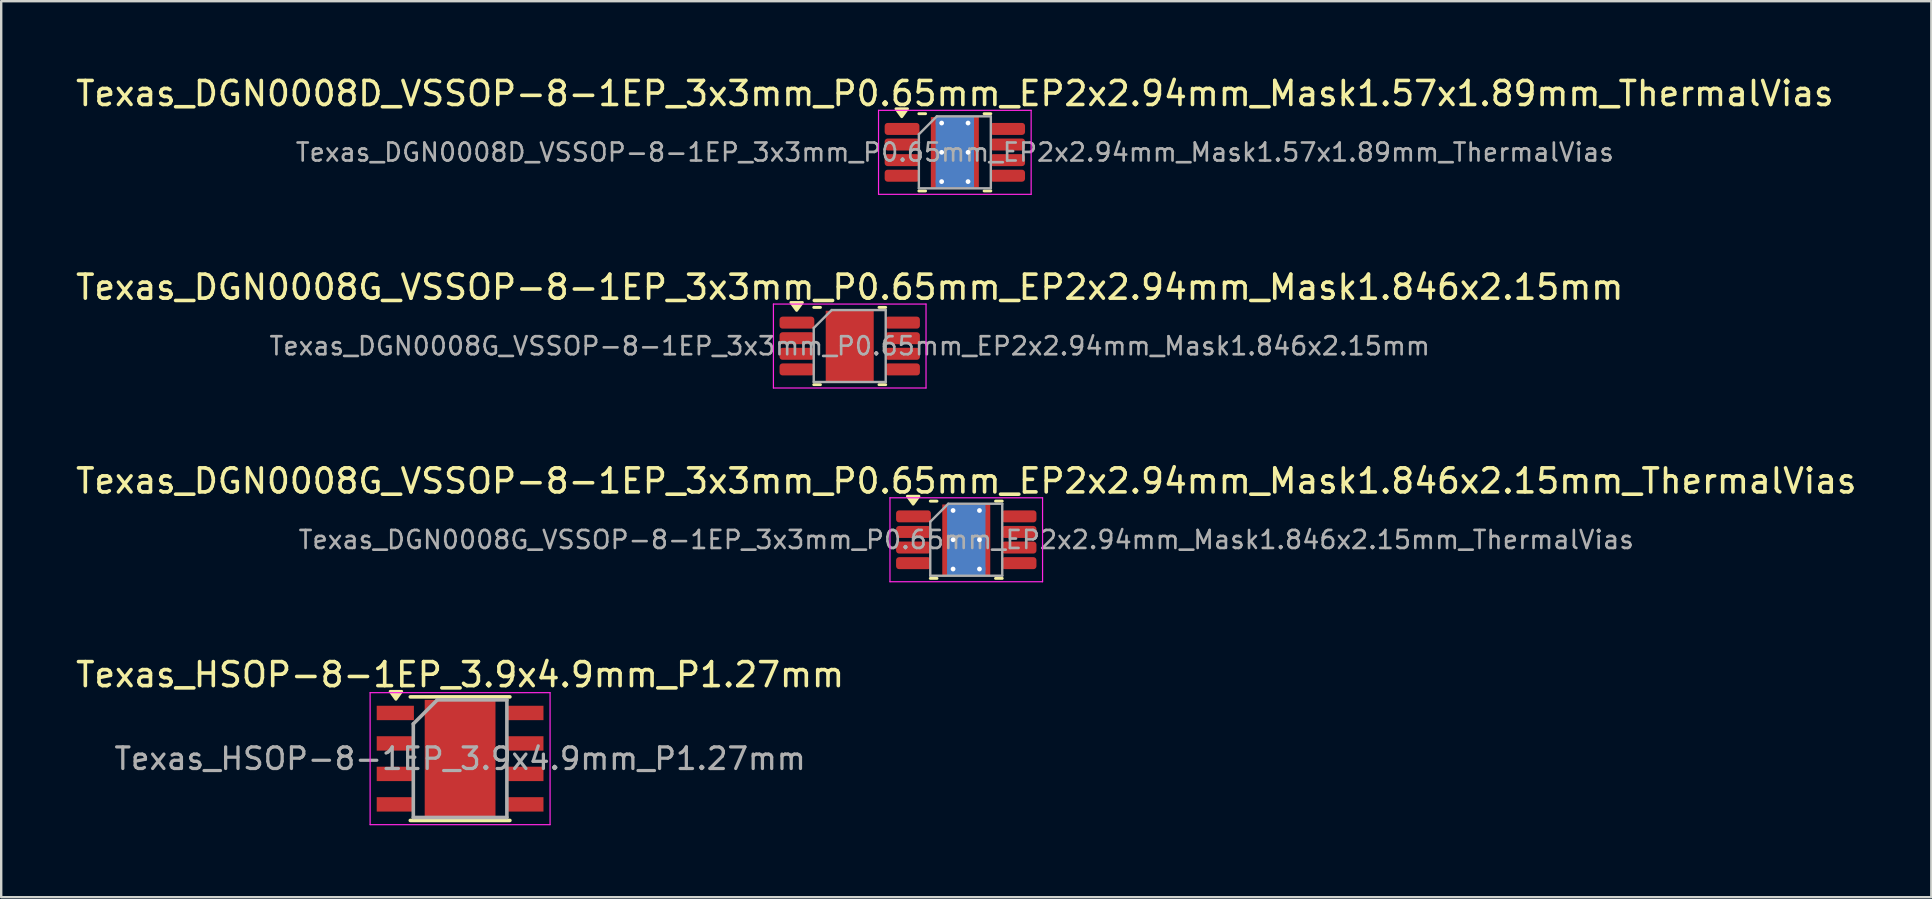
<source format=kicad_pcb>
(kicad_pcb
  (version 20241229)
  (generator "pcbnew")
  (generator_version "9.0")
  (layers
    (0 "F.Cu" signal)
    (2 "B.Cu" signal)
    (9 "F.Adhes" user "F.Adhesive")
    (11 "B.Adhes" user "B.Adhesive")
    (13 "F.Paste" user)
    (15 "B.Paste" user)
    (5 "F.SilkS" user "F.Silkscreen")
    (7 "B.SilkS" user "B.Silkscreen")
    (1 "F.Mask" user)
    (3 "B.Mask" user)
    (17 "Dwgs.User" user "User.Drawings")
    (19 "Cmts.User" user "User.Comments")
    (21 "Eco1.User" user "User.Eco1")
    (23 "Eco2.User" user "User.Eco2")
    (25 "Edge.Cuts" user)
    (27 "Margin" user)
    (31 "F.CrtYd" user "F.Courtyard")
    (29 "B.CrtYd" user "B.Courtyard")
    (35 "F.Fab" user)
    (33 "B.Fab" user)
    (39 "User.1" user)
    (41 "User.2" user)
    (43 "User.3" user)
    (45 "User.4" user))
  (footprint "Texas_DGN0008G_VSSOP-8-1EP_3x3mm_P0.65mm_EP2x2.94mm_Mask1.846x2.15mm"
    (layer "F.Cu")
    (at 32.363 11.371)
    (property "Reference" "Texas_DGN0008G_VSSOP-8-1EP_3x3mm_P0.65mm_EP2x2.94mm_Mask1.846x2.15mm" (at 0 -2.45 0) (layer "F.SilkS") (effects (font (size 1 1) (thickness 0.15))))
    (attr smd)
    (fp_line (start -1.219 -1.61) (end -1.5 -1.61) (stroke (width 0.12) (type solid)) (layer "F.SilkS"))
    (fp_line (start -1.219 1.61) (end -1.5 1.61) (stroke (width 0.12) (type solid)) (layer "F.SilkS"))
    (fp_line (start 1.219 -1.61) (end 1.5 -1.61) (stroke (width 0.12) (type solid)) (layer "F.SilkS"))
    (fp_line (start 1.219 1.61) (end 1.5 1.61) (stroke (width 0.12) (type solid)) (layer "F.SilkS"))
    (fp_poly (pts (xy -2.212 -1.485) (xy -2.453 -1.815) (xy -1.972 -1.815) (xy -2.212 -1.485)) (stroke (width 0.12) (type solid)) (fill yes) (layer "F.SilkS"))
    (fp_line (start -3.18 -1.75) (end -3.18 1.75) (stroke (width 0.05) (type solid)) (layer "F.CrtYd"))
    (fp_line (start -3.18 1.75) (end 3.18 1.75) (stroke (width 0.05) (type solid)) (layer "F.CrtYd"))
    (fp_line (start 3.18 -1.75) (end -3.18 -1.75) (stroke (width 0.05) (type solid)) (layer "F.CrtYd"))
    (fp_line (start 3.18 1.75) (end 3.18 -1.75) (stroke (width 0.05) (type solid)) (layer "F.CrtYd"))
    (fp_line (start -1.5 -0.75) (end -0.75 -1.5) (stroke (width 0.1) (type solid)) (layer "F.Fab"))
    (fp_line (start -1.5 1.5) (end -1.5 -0.75) (stroke (width 0.1) (type solid)) (layer "F.Fab"))
    (fp_line (start -0.75 -1.5) (end 1.5 -1.5) (stroke (width 0.1) (type solid)) (layer "F.Fab"))
    (fp_line (start 1.5 -1.5) (end 1.5 1.5) (stroke (width 0.1) (type solid)) (layer "F.Fab"))
    (fp_line (start 1.5 1.5) (end -1.5 1.5) (stroke (width 0.1) (type solid)) (layer "F.Fab"))
    (fp_text user "${REFERENCE}" (at 0 0 0) (layer "F.Fab") (effects (font (size 0.75 0.75) (thickness 0.11))))
    (pad "" smd roundrect (at 0 0) (size 1.49 1.73) (layers "F.Paste") (roundrect_rratio 0.168))
    (pad "" smd rect (at 0 0) (size 1.846 2.15) (layers "F.Mask"))
    (pad "1" smd roundrect (at -2.2 -0.975) (size 1.45 0.5) (layers "F.Cu" "F.Mask" "F.Paste") (roundrect_rratio 0.25))
    (pad "2" smd roundrect (at -2.2 -0.325) (size 1.45 0.5) (layers "F.Cu" "F.Mask" "F.Paste") (roundrect_rratio 0.25))
    (pad "3" smd roundrect (at -2.2 0.325) (size 1.45 0.5) (layers "F.Cu" "F.Mask" "F.Paste") (roundrect_rratio 0.25))
    (pad "4" smd roundrect (at -2.2 0.975) (size 1.45 0.5) (layers "F.Cu" "F.Mask" "F.Paste") (roundrect_rratio 0.25))
    (pad "5" smd roundrect (at 2.2 0.975) (size 1.45 0.5) (layers "F.Cu" "F.Mask" "F.Paste") (roundrect_rratio 0.25))
    (pad "6" smd roundrect (at 2.2 0.325) (size 1.45 0.5) (layers "F.Cu" "F.Mask" "F.Paste") (roundrect_rratio 0.25))
    (pad "7" smd roundrect (at 2.2 -0.325) (size 1.45 0.5) (layers "F.Cu" "F.Mask" "F.Paste") (roundrect_rratio 0.25))
    (pad "8" smd roundrect (at 2.2 -0.975) (size 1.45 0.5) (layers "F.Cu" "F.Mask" "F.Paste") (roundrect_rratio 0.25))
    (pad "9" smd rect (at 0 0) (size 2 2.94) (property pad_prop_heatsink) (layers "F.Cu")))
  (footprint "Texas_HSOP-8-1EP_3.9x4.9mm_P1.27mm"
    (layer "F.Cu")
    (at 16.125 28.568)
    (property "Reference" "Texas_HSOP-8-1EP_3.9x4.9mm_P1.27mm" (at 0 -3.5 0) (layer "F.SilkS") (effects (font (size 1 1) (thickness 0.15))))
    (attr smd)
    (fp_line (start -2.075 -2.575) (end 2.075 -2.575) (stroke (width 0.15) (type solid)) (layer "F.SilkS"))
    (fp_line (start -2.075 2.575) (end 2.075 2.575) (stroke (width 0.15) (type solid)) (layer "F.SilkS"))
    (fp_poly (pts (xy -2.675 -2.475) (xy -2.915 -2.805) (xy -2.435 -2.805) (xy -2.675 -2.475)) (stroke (width 0.12) (type solid)) (fill yes) (layer "F.SilkS"))
    (fp_line (start -3.75 -2.75) (end -3.75 2.75) (stroke (width 0.05) (type solid)) (layer "F.CrtYd"))
    (fp_line (start -3.75 -2.75) (end 3.75 -2.75) (stroke (width 0.05) (type solid)) (layer "F.CrtYd"))
    (fp_line (start -3.75 2.75) (end 3.75 2.75) (stroke (width 0.05) (type solid)) (layer "F.CrtYd"))
    (fp_line (start 3.75 -2.75) (end 3.75 2.75) (stroke (width 0.05) (type solid)) (layer "F.CrtYd"))
    (fp_line (start -1.95 -1.45) (end -0.95 -2.45) (stroke (width 0.15) (type solid)) (layer "F.Fab"))
    (fp_line (start -1.95 2.45) (end -1.95 -1.45) (stroke (width 0.15) (type solid)) (layer "F.Fab"))
    (fp_line (start -0.95 -2.45) (end 1.95 -2.45) (stroke (width 0.15) (type solid)) (layer "F.Fab"))
    (fp_line (start 1.95 -2.45) (end 1.95 2.45) (stroke (width 0.15) (type solid)) (layer "F.Fab"))
    (fp_line (start 1.95 2.45) (end -1.95 2.45) (stroke (width 0.15) (type solid)) (layer "F.Fab"))
    (fp_text user "${REFERENCE}" (at 0 0 0) (layer "F.Fab") (effects (font (size 0.9 0.9) (thickness 0.135))))
    (pad "" smd rect (at 0 0) (size 2.6 3.1) (layers "F.Mask"))
    (pad "" smd rect (at 0 0) (size 2.6 3.1) (layers "F.Paste"))
    (pad "1" smd rect (at -2.7 -1.905) (size 1.55 0.6) (layers "F.Cu" "F.Mask" "F.Paste"))
    (pad "2" smd rect (at -2.7 -0.635) (size 1.55 0.6) (layers "F.Cu" "F.Mask" "F.Paste"))
    (pad "3" smd rect (at -2.7 0.635) (size 1.55 0.6) (layers "F.Cu" "F.Mask" "F.Paste"))
    (pad "4" smd rect (at -2.7 1.905) (size 1.55 0.6) (layers "F.Cu" "F.Mask" "F.Paste"))
    (pad "5" smd rect (at 2.7 1.905) (size 1.55 0.6) (layers "F.Cu" "F.Mask" "F.Paste"))
    (pad "6" smd rect (at 2.7 0.635) (size 1.55 0.6) (layers "F.Cu" "F.Mask" "F.Paste"))
    (pad "7" smd rect (at 2.7 -0.635) (size 1.55 0.6) (layers "F.Cu" "F.Mask" "F.Paste"))
    (pad "8" smd rect (at 2.7 -1.905) (size 1.55 0.6) (layers "F.Cu" "F.Mask" "F.Paste"))
    (pad "9" smd rect (at 0 0) (size 2.95 4.9) (layers "F.Cu")))
  (footprint "Texas_DGN0008D_VSSOP-8-1EP_3x3mm_P0.65mm_EP2x2.94mm_Mask1.57x1.89mm_ThermalVias"
    (layer "F.Cu")
    (at 36.744 3.298)
    (property "Reference" "Texas_DGN0008D_VSSOP-8-1EP_3x3mm_P0.65mm_EP2x2.94mm_Mask1.57x1.89mm_ThermalVias" (at 0 -2.45 0) (layer "F.SilkS") (effects (font (size 1 1) (thickness 0.15))))
    (attr smd)
    (fp_line (start -1.219 -1.61) (end -1.5 -1.61) (stroke (width 0.12) (type solid)) (layer "F.SilkS"))
    (fp_line (start -1.219 1.61) (end -1.5 1.61) (stroke (width 0.12) (type solid)) (layer "F.SilkS"))
    (fp_line (start 1.219 -1.61) (end 1.5 -1.61) (stroke (width 0.12) (type solid)) (layer "F.SilkS"))
    (fp_line (start 1.219 1.61) (end 1.5 1.61) (stroke (width 0.12) (type solid)) (layer "F.SilkS"))
    (fp_poly (pts (xy -2.212 -1.485) (xy -2.453 -1.815) (xy -1.972 -1.815) (xy -2.212 -1.485)) (stroke (width 0.12) (type solid)) (fill yes) (layer "F.SilkS"))
    (fp_line (start -3.18 -1.75) (end -3.18 1.75) (stroke (width 0.05) (type solid)) (layer "F.CrtYd"))
    (fp_line (start -3.18 1.75) (end 3.18 1.75) (stroke (width 0.05) (type solid)) (layer "F.CrtYd"))
    (fp_line (start 3.18 -1.75) (end -3.18 -1.75) (stroke (width 0.05) (type solid)) (layer "F.CrtYd"))
    (fp_line (start 3.18 1.75) (end 3.18 -1.75) (stroke (width 0.05) (type solid)) (layer "F.CrtYd"))
    (fp_line (start -1.5 -0.75) (end -0.75 -1.5) (stroke (width 0.1) (type solid)) (layer "F.Fab"))
    (fp_line (start -1.5 1.5) (end -1.5 -0.75) (stroke (width 0.1) (type solid)) (layer "F.Fab"))
    (fp_line (start -0.75 -1.5) (end 1.5 -1.5) (stroke (width 0.1) (type solid)) (layer "F.Fab"))
    (fp_line (start 1.5 -1.5) (end 1.5 1.5) (stroke (width 0.1) (type solid)) (layer "F.Fab"))
    (fp_line (start 1.5 1.5) (end -1.5 1.5) (stroke (width 0.1) (type solid)) (layer "F.Fab"))
    (fp_text user "${REFERENCE}" (at 0 0 0) (layer "F.Fab") (effects (font (size 0.75 0.75) (thickness 0.11))))
    (pad "" smd custom (at 0 -0.472) (size 0.715 0.715) (layers "F.Paste") (options (anchor circle)) (primitives (gr_poly (pts (xy -0.373 -0.306) (xy 0.373 -0.306) (xy 0.373 0.221) (xy 0.288 0.306) (xy -0.288 0.306) (xy -0.373 0.221)) (width 0.206) (fill yes))))
    (pad "" smd rect (at 0 0) (size 1.57 1.89) (layers "F.Mask"))
    (pad "" smd custom (at 0 0.472) (size 0.715 0.715) (layers "F.Paste") (options (anchor circle)) (primitives (gr_poly (pts (xy -0.373 -0.221) (xy -0.288 -0.306) (xy 0.288 -0.306) (xy 0.373 -0.221) (xy 0.373 0.306) (xy -0.373 0.306)) (width 0.206) (fill yes))))
    (pad "1" smd roundrect (at -2.2 -0.975) (size 1.45 0.5) (layers "F.Cu" "F.Mask" "F.Paste") (roundrect_rratio 0.25))
    (pad "2" smd roundrect (at -2.2 -0.325) (size 1.45 0.5) (layers "F.Cu" "F.Mask" "F.Paste") (roundrect_rratio 0.25))
    (pad "3" smd roundrect (at -2.2 0.325) (size 1.45 0.5) (layers "F.Cu" "F.Mask" "F.Paste") (roundrect_rratio 0.25))
    (pad "4" smd roundrect (at -2.2 0.975) (size 1.45 0.5) (layers "F.Cu" "F.Mask" "F.Paste") (roundrect_rratio 0.25))
    (pad "5" smd roundrect (at 2.2 0.975) (size 1.45 0.5) (layers "F.Cu" "F.Mask" "F.Paste") (roundrect_rratio 0.25))
    (pad "6" smd roundrect (at 2.2 0.325) (size 1.45 0.5) (layers "F.Cu" "F.Mask" "F.Paste") (roundrect_rratio 0.25))
    (pad "7" smd roundrect (at 2.2 -0.325) (size 1.45 0.5) (layers "F.Cu" "F.Mask" "F.Paste") (roundrect_rratio 0.25))
    (pad "8" smd roundrect (at 2.2 -0.975) (size 1.45 0.5) (layers "F.Cu" "F.Mask" "F.Paste") (roundrect_rratio 0.25))
    (pad "9" thru_hole circle (at -0.55 -1.22) (size 0.5 0.5) (drill 0.2) (property pad_prop_heatsink) (layers "*.Cu"))
    (pad "9" thru_hole circle (at -0.55 0) (size 0.5 0.5) (drill 0.2) (property pad_prop_heatsink) (layers "*.Cu"))
    (pad "9" thru_hole circle (at -0.55 1.22) (size 0.5 0.5) (drill 0.2) (property pad_prop_heatsink) (layers "*.Cu"))
    (pad "9" smd rect (at 0 0) (size 1.6 2.94) (property pad_prop_heatsink) (layers "B.Cu"))
    (pad "9" smd rect (at 0 0) (size 2 2.94) (property pad_prop_heatsink) (layers "F.Cu"))
    (pad "9" thru_hole circle (at 0.55 -1.22) (size 0.5 0.5) (drill 0.2) (property pad_prop_heatsink) (layers "*.Cu"))
    (pad "9" thru_hole circle (at 0.55 0) (size 0.5 0.5) (drill 0.2) (property pad_prop_heatsink) (layers "*.Cu"))
    (pad "9" thru_hole circle (at 0.55 1.22) (size 0.5 0.5) (drill 0.2) (property pad_prop_heatsink) (layers "*.Cu")))
  (footprint "Texas_DGN0008G_VSSOP-8-1EP_3x3mm_P0.65mm_EP2x2.94mm_Mask1.846x2.15mm_ThermalVias"
    (layer "F.Cu")
    (at 37.22 19.445)
    (property "Reference" "Texas_DGN0008G_VSSOP-8-1EP_3x3mm_P0.65mm_EP2x2.94mm_Mask1.846x2.15mm_ThermalVias" (at 0 -2.45 0) (layer "F.SilkS") (effects (font (size 1 1) (thickness 0.15))))
    (attr smd)
    (fp_line (start -1.219 -1.61) (end -1.5 -1.61) (stroke (width 0.12) (type solid)) (layer "F.SilkS"))
    (fp_line (start -1.219 1.61) (end -1.5 1.61) (stroke (width 0.12) (type solid)) (layer "F.SilkS"))
    (fp_line (start 1.219 -1.61) (end 1.5 -1.61) (stroke (width 0.12) (type solid)) (layer "F.SilkS"))
    (fp_line (start 1.219 1.61) (end 1.5 1.61) (stroke (width 0.12) (type solid)) (layer "F.SilkS"))
    (fp_poly (pts (xy -2.212 -1.485) (xy -2.453 -1.815) (xy -1.972 -1.815) (xy -2.212 -1.485)) (stroke (width 0.12) (type solid)) (fill yes) (layer "F.SilkS"))
    (fp_line (start -3.18 -1.75) (end -3.18 1.75) (stroke (width 0.05) (type solid)) (layer "F.CrtYd"))
    (fp_line (start -3.18 1.75) (end 3.18 1.75) (stroke (width 0.05) (type solid)) (layer "F.CrtYd"))
    (fp_line (start 3.18 -1.75) (end -3.18 -1.75) (stroke (width 0.05) (type solid)) (layer "F.CrtYd"))
    (fp_line (start 3.18 1.75) (end 3.18 -1.75) (stroke (width 0.05) (type solid)) (layer "F.CrtYd"))
    (fp_line (start -1.5 -0.75) (end -0.75 -1.5) (stroke (width 0.1) (type solid)) (layer "F.Fab"))
    (fp_line (start -1.5 1.5) (end -1.5 -0.75) (stroke (width 0.1) (type solid)) (layer "F.Fab"))
    (fp_line (start -0.75 -1.5) (end 1.5 -1.5) (stroke (width 0.1) (type solid)) (layer "F.Fab"))
    (fp_line (start 1.5 -1.5) (end 1.5 1.5) (stroke (width 0.1) (type solid)) (layer "F.Fab"))
    (fp_line (start 1.5 1.5) (end -1.5 1.5) (stroke (width 0.1) (type solid)) (layer "F.Fab"))
    (fp_text user "${REFERENCE}" (at 0 0 0) (layer "F.Fab") (effects (font (size 0.75 0.75) (thickness 0.11))))
    (pad "" smd custom (at -0.737 -0.537) (size 0.192 0.192) (layers "F.Paste") (options (anchor circle)) (primitives (gr_poly (pts (xy -0.093 -0.397) (xy 0.093 -0.397) (xy 0.093 0.251) (xy -0.053 0.397) (xy -0.093 0.397)) (width 0.137) (fill yes))))
    (pad "" smd custom (at -0.737 0.537) (size 0.192 0.192) (layers "F.Paste") (options (anchor circle)) (primitives (gr_poly (pts (xy -0.093 -0.397) (xy -0.053 -0.397) (xy 0.093 -0.251) (xy 0.093 0.397) (xy -0.093 0.397)) (width 0.137) (fill yes))))
    (pad "" smd custom (at 0 -0.537) (size 0.834 0.834) (layers "F.Paste") (options (anchor circle)) (primitives (gr_poly (pts (xy -0.379 -0.369) (xy 0.379 -0.369) (xy 0.379 0.288) (xy 0.299 0.369) (xy -0.299 0.369) (xy -0.379 0.288)) (width 0.194) (fill yes))))
    (pad "" smd rect (at 0 0) (size 1.846 2.15) (layers "F.Mask"))
    (pad "" smd custom (at 0 0.537) (size 0.834 0.834) (layers "F.Paste") (options (anchor circle)) (primitives (gr_poly (pts (xy -0.379 -0.288) (xy -0.299 -0.369) (xy 0.299 -0.369) (xy 0.379 -0.288) (xy 0.379 0.369) (xy -0.379 0.369)) (width 0.194) (fill yes))))
    (pad "" smd custom (at 0.737 -0.537) (size 0.192 0.192) (layers "F.Paste") (options (anchor circle)) (primitives (gr_poly (pts (xy -0.093 -0.397) (xy 0.093 -0.397) (xy 0.093 0.397) (xy 0.053 0.397) (xy -0.093 0.251)) (width 0.137) (fill yes))))
    (pad "" smd custom (at 0.737 0.537) (size 0.192 0.192) (layers "F.Paste") (options (anchor circle)) (primitives (gr_poly (pts (xy -0.093 -0.251) (xy 0.053 -0.397) (xy 0.093 -0.397) (xy 0.093 0.397) (xy -0.093 0.397)) (width 0.137) (fill yes))))
    (pad "1" smd roundrect (at -2.2 -0.975) (size 1.45 0.5) (layers "F.Cu" "F.Mask" "F.Paste") (roundrect_rratio 0.25))
    (pad "2" smd roundrect (at -2.2 -0.325) (size 1.45 0.5) (layers "F.Cu" "F.Mask" "F.Paste") (roundrect_rratio 0.25))
    (pad "3" smd roundrect (at -2.2 0.325) (size 1.45 0.5) (layers "F.Cu" "F.Mask" "F.Paste") (roundrect_rratio 0.25))
    (pad "4" smd roundrect (at -2.2 0.975) (size 1.45 0.5) (layers "F.Cu" "F.Mask" "F.Paste") (roundrect_rratio 0.25))
    (pad "5" smd roundrect (at 2.2 0.975) (size 1.45 0.5) (layers "F.Cu" "F.Mask" "F.Paste") (roundrect_rratio 0.25))
    (pad "6" smd roundrect (at 2.2 0.325) (size 1.45 0.5) (layers "F.Cu" "F.Mask" "F.Paste") (roundrect_rratio 0.25))
    (pad "7" smd roundrect (at 2.2 -0.325) (size 1.45 0.5) (layers "F.Cu" "F.Mask" "F.Paste") (roundrect_rratio 0.25))
    (pad "8" smd roundrect (at 2.2 -0.975) (size 1.45 0.5) (layers "F.Cu" "F.Mask" "F.Paste") (roundrect_rratio 0.25))
    (pad "9" thru_hole circle (at -0.55 -1.22) (size 0.5 0.5) (drill 0.2) (property pad_prop_heatsink) (layers "*.Cu"))
    (pad "9" thru_hole circle (at -0.55 0) (size 0.5 0.5) (drill 0.2) (property pad_prop_heatsink) (layers "*.Cu"))
    (pad "9" thru_hole circle (at -0.55 1.22) (size 0.5 0.5) (drill 0.2) (property pad_prop_heatsink) (layers "*.Cu"))
    (pad "9" smd rect (at 0 0) (size 1.6 2.94) (property pad_prop_heatsink) (layers "B.Cu"))
    (pad "9" smd rect (at 0 0) (size 2 2.94) (property pad_prop_heatsink) (layers "F.Cu"))
    (pad "9" thru_hole circle (at 0.55 -1.22) (size 0.5 0.5) (drill 0.2) (property pad_prop_heatsink) (layers "*.Cu"))
    (pad "9" thru_hole circle (at 0.55 0) (size 0.5 0.5) (drill 0.2) (property pad_prop_heatsink) (layers "*.Cu"))
    (pad "9" thru_hole circle (at 0.55 1.22) (size 0.5 0.5) (drill 0.2) (property pad_prop_heatsink) (layers "*.Cu")))
  (gr_rect
    (start -3 -3)
    (end 77.44 34.343)
    (stroke (width 0.1) (type default))
    (fill no)
    (layer "Edge.Cuts")))
</source>
